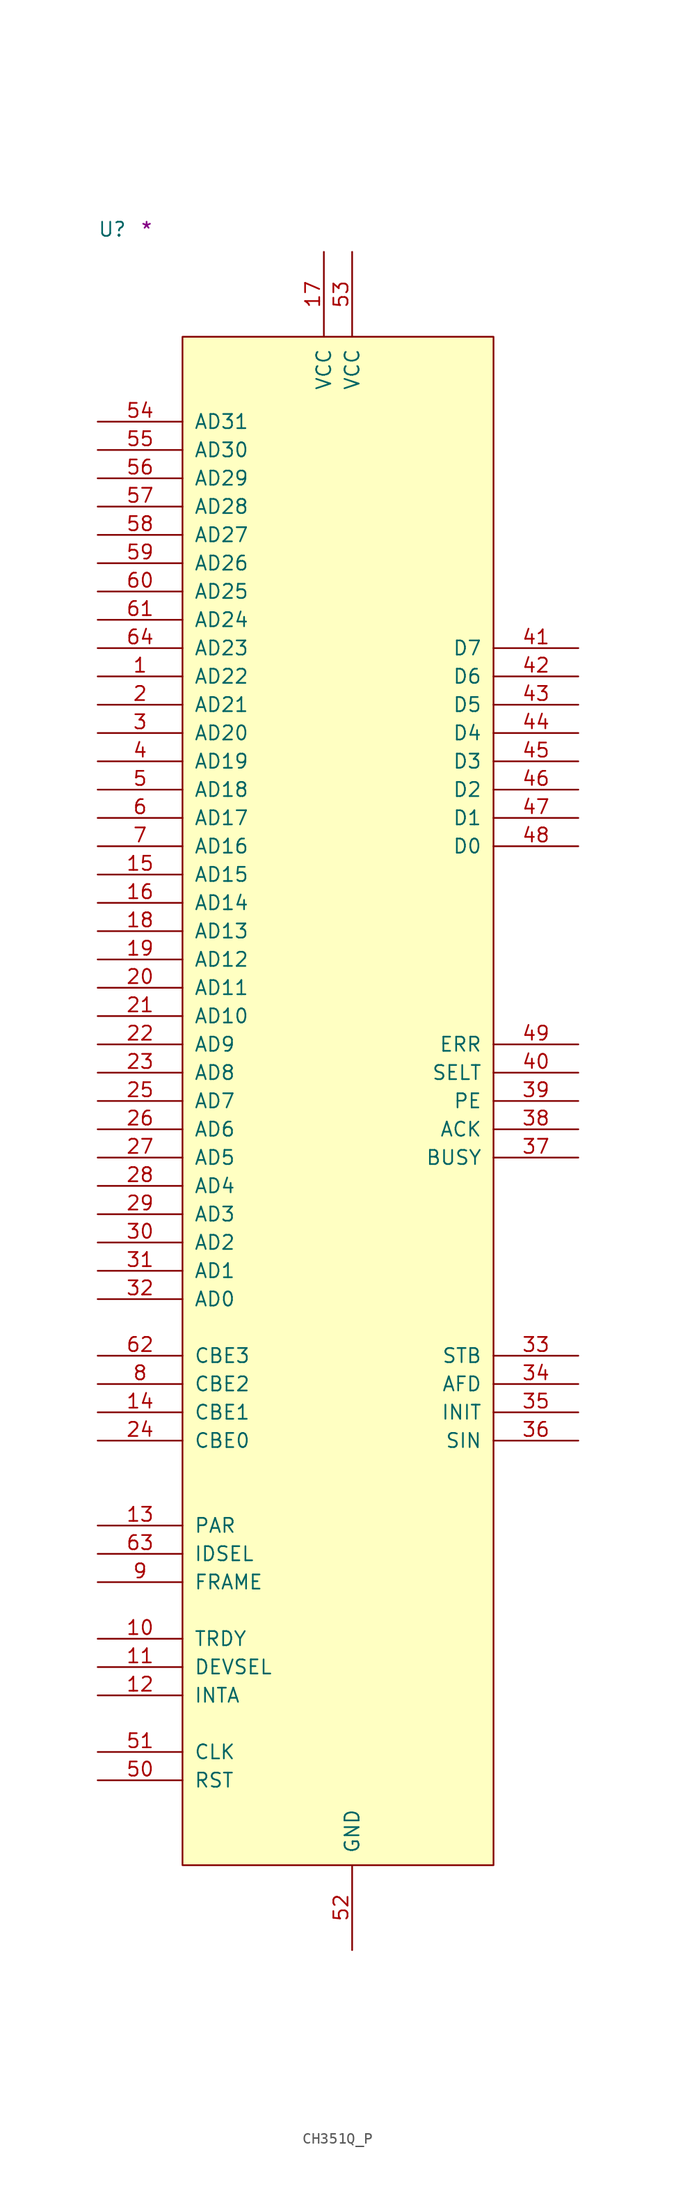
<source format=kicad_sym>
(kicad_symbol_lib
  (version 20211014)
  (generator kicad_symbol_editor)
  (symbol "CH351Q_P"
    (pin_names
      (offset 1.016))
    (property "Reference" "U"
      (at -7.62 8.89 0)
      (effects (font (size 1.27 1.27)) (justify left bottom)))
    (property "Comment" "*"
      (at -3.81 8.89 0)
      (effects (font (size 1.27 1.27)) (justify left bottom)))
    (symbol "CH351Q_P_1_1"
      (rectangle (start 0 -137.16) (end 27.94 0) (stroke (width 0) (type default) (color 0 0 0 0)) (fill (type background)))
      (pin bidirectional line (at -7.62 -30.48 0) (length 7.62) (name "AD22" (effects (font (size 1.27 1.27)))) (number "1" (effects (font (size 1.27 1.27)))))
      (pin tri_state line (at -7.62 -116.84 0) (length 7.62) (name "TRDY" (effects (font (size 1.27 1.27)))) (number "10" (effects (font (size 1.27 1.27)))))
      (pin tri_state line (at -7.62 -119.38 0) (length 7.62) (name "DEVSEL" (effects (font (size 1.27 1.27)))) (number "11" (effects (font (size 1.27 1.27)))))
      (pin tri_state line (at -7.62 -121.92 0) (length 7.62) (name "INTA" (effects (font (size 1.27 1.27)))) (number "12" (effects (font (size 1.27 1.27)))))
      (pin tri_state line (at -7.62 -106.68 0) (length 7.62) (name "PAR" (effects (font (size 1.27 1.27)))) (number "13" (effects (font (size 1.27 1.27)))))
      (pin input line (at -7.62 -96.52 0) (length 7.62) (name "CBE1" (effects (font (size 1.27 1.27)))) (number "14" (effects (font (size 1.27 1.27)))))
      (pin bidirectional line (at -7.62 -48.26 0) (length 7.62) (name "AD15" (effects (font (size 1.27 1.27)))) (number "15" (effects (font (size 1.27 1.27)))))
      (pin bidirectional line (at -7.62 -50.8 0) (length 7.62) (name "AD14" (effects (font (size 1.27 1.27)))) (number "16" (effects (font (size 1.27 1.27)))))
      (pin power_in line (at 12.7 7.62 270) (length 7.62) (name "VCC" (effects (font (size 1.27 1.27)))) (number "17" (effects (font (size 1.27 1.27)))))
      (pin bidirectional line (at -7.62 -53.34 0) (length 7.62) (name "AD13" (effects (font (size 1.27 1.27)))) (number "18" (effects (font (size 1.27 1.27)))))
      (pin bidirectional line (at -7.62 -55.88 0) (length 7.62) (name "AD12" (effects (font (size 1.27 1.27)))) (number "19" (effects (font (size 1.27 1.27)))))
      (pin bidirectional line (at -7.62 -33.02 0) (length 7.62) (name "AD21" (effects (font (size 1.27 1.27)))) (number "2" (effects (font (size 1.27 1.27)))))
      (pin bidirectional line (at -7.62 -58.42 0) (length 7.62) (name "AD11" (effects (font (size 1.27 1.27)))) (number "20" (effects (font (size 1.27 1.27)))))
      (pin bidirectional line (at -7.62 -60.96 0) (length 7.62) (name "AD10" (effects (font (size 1.27 1.27)))) (number "21" (effects (font (size 1.27 1.27)))))
      (pin bidirectional line (at -7.62 -63.5 0) (length 7.62) (name "AD9" (effects (font (size 1.27 1.27)))) (number "22" (effects (font (size 1.27 1.27)))))
      (pin bidirectional line (at -7.62 -66.04 0) (length 7.62) (name "AD8" (effects (font (size 1.27 1.27)))) (number "23" (effects (font (size 1.27 1.27)))))
      (pin input line (at -7.62 -99.06 0) (length 7.62) (name "CBE0" (effects (font (size 1.27 1.27)))) (number "24" (effects (font (size 1.27 1.27)))))
      (pin bidirectional line (at -7.62 -68.58 0) (length 7.62) (name "AD7" (effects (font (size 1.27 1.27)))) (number "25" (effects (font (size 1.27 1.27)))))
      (pin bidirectional line (at -7.62 -71.12 0) (length 7.62) (name "AD6" (effects (font (size 1.27 1.27)))) (number "26" (effects (font (size 1.27 1.27)))))
      (pin bidirectional line (at -7.62 -73.66 0) (length 7.62) (name "AD5" (effects (font (size 1.27 1.27)))) (number "27" (effects (font (size 1.27 1.27)))))
      (pin bidirectional line (at -7.62 -76.2 0) (length 7.62) (name "AD4" (effects (font (size 1.27 1.27)))) (number "28" (effects (font (size 1.27 1.27)))))
      (pin bidirectional line (at -7.62 -78.74 0) (length 7.62) (name "AD3" (effects (font (size 1.27 1.27)))) (number "29" (effects (font (size 1.27 1.27)))))
      (pin bidirectional line (at -7.62 -35.56 0) (length 7.62) (name "AD20" (effects (font (size 1.27 1.27)))) (number "3" (effects (font (size 1.27 1.27)))))
      (pin bidirectional line (at -7.62 -81.28 0) (length 7.62) (name "AD2" (effects (font (size 1.27 1.27)))) (number "30" (effects (font (size 1.27 1.27)))))
      (pin bidirectional line (at -7.62 -83.82 0) (length 7.62) (name "AD1" (effects (font (size 1.27 1.27)))) (number "31" (effects (font (size 1.27 1.27)))))
      (pin bidirectional line (at -7.62 -86.36 0) (length 7.62) (name "AD0" (effects (font (size 1.27 1.27)))) (number "32" (effects (font (size 1.27 1.27)))))
      (pin output line (at 35.56 -91.44 180) (length 7.62) (name "STB" (effects (font (size 1.27 1.27)))) (number "33" (effects (font (size 1.27 1.27)))))
      (pin output line (at 35.56 -93.98 180) (length 7.62) (name "AFD" (effects (font (size 1.27 1.27)))) (number "34" (effects (font (size 1.27 1.27)))))
      (pin output line (at 35.56 -96.52 180) (length 7.62) (name "INIT" (effects (font (size 1.27 1.27)))) (number "35" (effects (font (size 1.27 1.27)))))
      (pin output line (at 35.56 -99.06 180) (length 7.62) (name "SIN" (effects (font (size 1.27 1.27)))) (number "36" (effects (font (size 1.27 1.27)))))
      (pin input line (at 35.56 -73.66 180) (length 7.62) (name "BUSY" (effects (font (size 1.27 1.27)))) (number "37" (effects (font (size 1.27 1.27)))))
      (pin input line (at 35.56 -71.12 180) (length 7.62) (name "ACK" (effects (font (size 1.27 1.27)))) (number "38" (effects (font (size 1.27 1.27)))))
      (pin input line (at 35.56 -68.58 180) (length 7.62) (name "PE" (effects (font (size 1.27 1.27)))) (number "39" (effects (font (size 1.27 1.27)))))
      (pin bidirectional line (at -7.62 -38.1 0) (length 7.62) (name "AD19" (effects (font (size 1.27 1.27)))) (number "4" (effects (font (size 1.27 1.27)))))
      (pin input line (at 35.56 -66.04 180) (length 7.62) (name "SELT" (effects (font (size 1.27 1.27)))) (number "40" (effects (font (size 1.27 1.27)))))
      (pin bidirectional line (at 35.56 -27.94 180) (length 7.62) (name "D7" (effects (font (size 1.27 1.27)))) (number "41" (effects (font (size 1.27 1.27)))))
      (pin bidirectional line (at 35.56 -30.48 180) (length 7.62) (name "D6" (effects (font (size 1.27 1.27)))) (number "42" (effects (font (size 1.27 1.27)))))
      (pin bidirectional line (at 35.56 -33.02 180) (length 7.62) (name "D5" (effects (font (size 1.27 1.27)))) (number "43" (effects (font (size 1.27 1.27)))))
      (pin bidirectional line (at 35.56 -35.56 180) (length 7.62) (name "D4" (effects (font (size 1.27 1.27)))) (number "44" (effects (font (size 1.27 1.27)))))
      (pin bidirectional line (at 35.56 -38.1 180) (length 7.62) (name "D3" (effects (font (size 1.27 1.27)))) (number "45" (effects (font (size 1.27 1.27)))))
      (pin bidirectional line (at 35.56 -40.64 180) (length 7.62) (name "D2" (effects (font (size 1.27 1.27)))) (number "46" (effects (font (size 1.27 1.27)))))
      (pin bidirectional line (at 35.56 -43.18 180) (length 7.62) (name "D1" (effects (font (size 1.27 1.27)))) (number "47" (effects (font (size 1.27 1.27)))))
      (pin bidirectional line (at 35.56 -45.72 180) (length 7.62) (name "D0" (effects (font (size 1.27 1.27)))) (number "48" (effects (font (size 1.27 1.27)))))
      (pin input line (at 35.56 -63.5 180) (length 7.62) (name "ERR" (effects (font (size 1.27 1.27)))) (number "49" (effects (font (size 1.27 1.27)))))
      (pin bidirectional line (at -7.62 -40.64 0) (length 7.62) (name "AD18" (effects (font (size 1.27 1.27)))) (number "5" (effects (font (size 1.27 1.27)))))
      (pin input line (at -7.62 -129.54 0) (length 7.62) (name "RST" (effects (font (size 1.27 1.27)))) (number "50" (effects (font (size 1.27 1.27)))))
      (pin input line (at -7.62 -127 0) (length 7.62) (name "CLK" (effects (font (size 1.27 1.27)))) (number "51" (effects (font (size 1.27 1.27)))))
      (pin power_in line (at 15.24 -144.78 90) (length 7.62) (name "GND" (effects (font (size 1.27 1.27)))) (number "52" (effects (font (size 1.27 1.27)))))
      (pin power_in line (at 15.24 7.62 270) (length 7.62) (name "VCC" (effects (font (size 1.27 1.27)))) (number "53" (effects (font (size 1.27 1.27)))))
      (pin bidirectional line (at -7.62 -7.62 0) (length 7.62) (name "AD31" (effects (font (size 1.27 1.27)))) (number "54" (effects (font (size 1.27 1.27)))))
      (pin bidirectional line (at -7.62 -10.16 0) (length 7.62) (name "AD30" (effects (font (size 1.27 1.27)))) (number "55" (effects (font (size 1.27 1.27)))))
      (pin bidirectional line (at -7.62 -12.7 0) (length 7.62) (name "AD29" (effects (font (size 1.27 1.27)))) (number "56" (effects (font (size 1.27 1.27)))))
      (pin bidirectional line (at -7.62 -15.24 0) (length 7.62) (name "AD28" (effects (font (size 1.27 1.27)))) (number "57" (effects (font (size 1.27 1.27)))))
      (pin bidirectional line (at -7.62 -17.78 0) (length 7.62) (name "AD27" (effects (font (size 1.27 1.27)))) (number "58" (effects (font (size 1.27 1.27)))))
      (pin bidirectional line (at -7.62 -20.32 0) (length 7.62) (name "AD26" (effects (font (size 1.27 1.27)))) (number "59" (effects (font (size 1.27 1.27)))))
      (pin bidirectional line (at -7.62 -43.18 0) (length 7.62) (name "AD17" (effects (font (size 1.27 1.27)))) (number "6" (effects (font (size 1.27 1.27)))))
      (pin bidirectional line (at -7.62 -22.86 0) (length 7.62) (name "AD25" (effects (font (size 1.27 1.27)))) (number "60" (effects (font (size 1.27 1.27)))))
      (pin bidirectional line (at -7.62 -25.4 0) (length 7.62) (name "AD24" (effects (font (size 1.27 1.27)))) (number "61" (effects (font (size 1.27 1.27)))))
      (pin input line (at -7.62 -91.44 0) (length 7.62) (name "CBE3" (effects (font (size 1.27 1.27)))) (number "62" (effects (font (size 1.27 1.27)))))
      (pin input line (at -7.62 -109.22 0) (length 7.62) (name "IDSEL" (effects (font (size 1.27 1.27)))) (number "63" (effects (font (size 1.27 1.27)))))
      (pin bidirectional line (at -7.62 -27.94 0) (length 7.62) (name "AD23" (effects (font (size 1.27 1.27)))) (number "64" (effects (font (size 1.27 1.27)))))
      (pin bidirectional line (at -7.62 -45.72 0) (length 7.62) (name "AD16" (effects (font (size 1.27 1.27)))) (number "7" (effects (font (size 1.27 1.27)))))
      (pin input line (at -7.62 -93.98 0) (length 7.62) (name "CBE2" (effects (font (size 1.27 1.27)))) (number "8" (effects (font (size 1.27 1.27)))))
      (pin input line (at -7.62 -111.76 0) (length 7.62) (name "FRAME" (effects (font (size 1.27 1.27)))) (number "9" (effects (font (size 1.27 1.27))))))))
</source>
